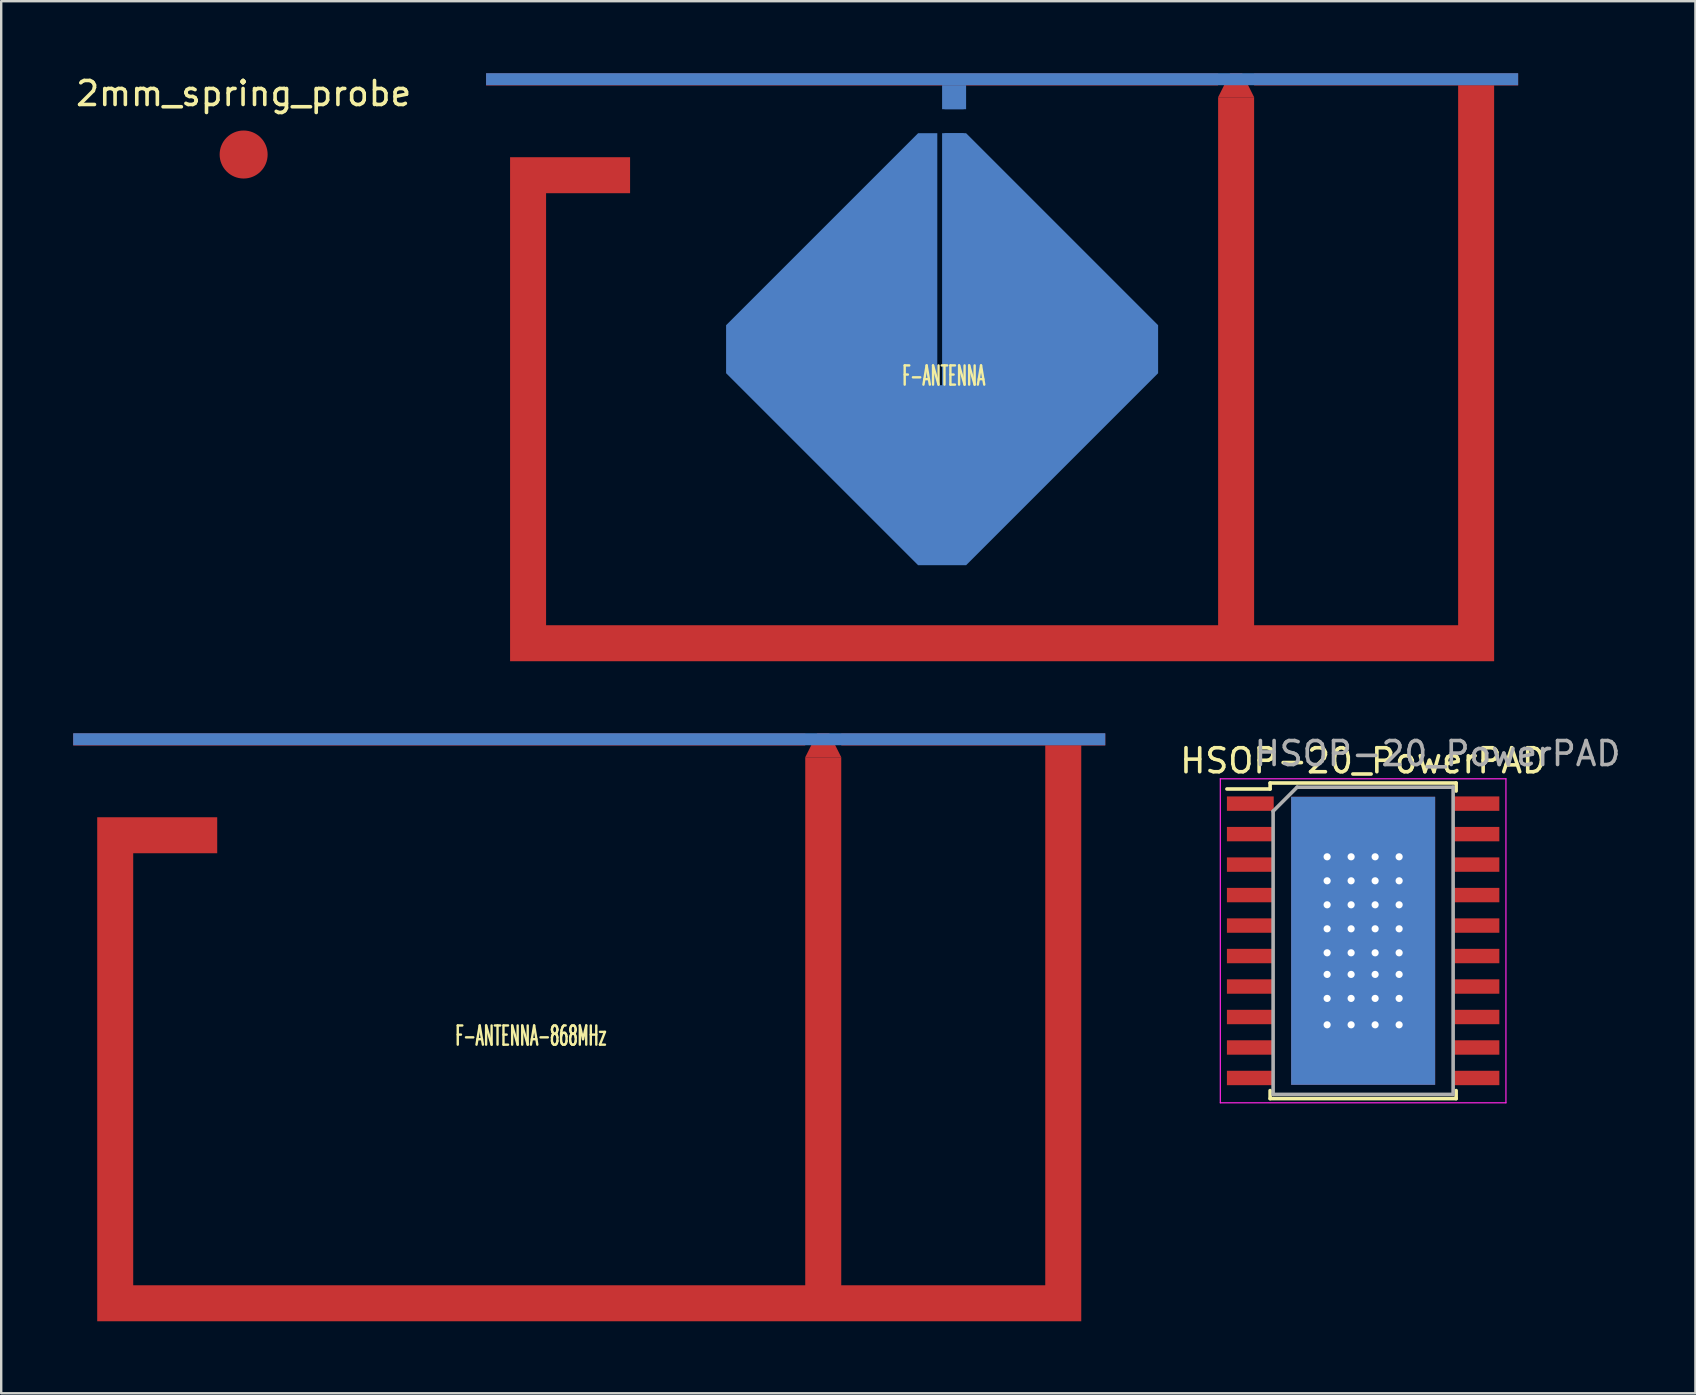
<source format=kicad_pcb>
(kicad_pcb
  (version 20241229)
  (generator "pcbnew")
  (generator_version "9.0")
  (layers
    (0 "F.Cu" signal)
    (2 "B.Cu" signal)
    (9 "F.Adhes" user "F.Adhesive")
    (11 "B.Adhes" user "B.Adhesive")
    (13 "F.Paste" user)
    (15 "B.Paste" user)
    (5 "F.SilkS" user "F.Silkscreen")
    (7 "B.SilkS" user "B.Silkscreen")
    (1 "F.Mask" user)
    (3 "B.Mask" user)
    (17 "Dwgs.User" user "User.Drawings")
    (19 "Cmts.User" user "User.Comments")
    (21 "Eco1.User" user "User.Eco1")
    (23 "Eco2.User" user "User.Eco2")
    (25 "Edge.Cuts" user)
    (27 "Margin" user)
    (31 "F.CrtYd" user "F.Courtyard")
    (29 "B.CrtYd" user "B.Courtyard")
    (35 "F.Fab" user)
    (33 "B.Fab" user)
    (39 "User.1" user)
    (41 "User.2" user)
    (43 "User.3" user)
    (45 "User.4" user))
  (footprint "F-ANTENNA-868MHz"
    (layer "F.Cu")
    (at 6 32.5)
    (property "Reference" "F-ANTENNA-868MHz" (at 13.07 7.61 0) (layer "F.SilkS") (effects (font (size 0.8 0.4) (thickness 0.1))))
    (attr through_hole)
    (fp_poly (pts (xy -5 -1.5) (xy 0 -1.5) (xy 0 0) (xy -3.5 0) (xy -3.5 9.75) (xy -3.5 18) (xy 6 18) (xy 24.5 18) (xy 24.5 -4) (xy 26 -4) (xy 26 18) (xy 34.5 18) (xy 34.5 -4.5) (xy 36 -4.5) (xy 36 19.5) (xy -3.5 19.5) (xy -5 19.5)) (stroke (width 0) (type solid)) (fill yes) (layer "F.Cu"))
    (pad "1" smd trapezoid (at 25.25 -4.5) (size 1 1) (rect_delta 0 0.5) (layers "F.Cu"))
    (pad "2" smd rect (at 9.25 -4.74) (size 30.5 0.5) (layers "F.Cu"))
    (pad "2" smd rect (at 15.5 -4.75) (size 43 0.5) (layers "B.Cu"))
    (pad "2" smd rect (at 31.5 -4.74) (size 11 0.5) (layers "F.Cu")))
  (footprint "F-ANTENNA"
    (layer "F.Cu")
    (at 23.202 5)
    (property "Reference" "F-ANTENNA" (at 13.07 7.61 0) (layer "F.SilkS") (effects (font (size 0.8 0.4) (thickness 0.1))))
    (attr through_hole)
    (fp_poly (pts (xy -5 -1.5) (xy 0 -1.5) (xy 0 0) (xy -3.5 0) (xy -3.5 9.75) (xy -3.5 18) (xy 6 18) (xy 24.5 18) (xy 24.5 -4) (xy 26 -4) (xy 26 18) (xy 34.5 18) (xy 34.5 -4.5) (xy 36 -4.5) (xy 36 19.5) (xy -3.5 19.5) (xy -5 19.5)) (stroke (width 0) (type solid)) (fill yes) (layer "F.Cu"))
    (fp_poly (pts (xy 14 -4.5) (xy 14 -3.5) (xy 13 -3.5) (xy 13 -4.5)) (stroke (width 0) (type solid)) (fill yes) (layer "B.Cu"))
    (fp_poly (pts (xy 12 -2.5) (xy 12.8 -2.5) (xy 12.8 8) (xy 13 8) (xy 13 -2.5) (xy 14 -2.5) (xy 22 5.5) (xy 22 7.5) (xy 14 15.5) (xy 12 15.5) (xy 4 7.5) (xy 4 5.5)) (stroke (width 0) (type solid)) (fill yes) (layer "B.Cu"))
    (pad "1" smd trapezoid (at 25.25 -4.5) (size 1 1) (rect_delta 0 0.5) (layers "F.Cu"))
    (pad "2" smd rect (at 9.25 -4.74) (size 30.5 0.5) (layers "F.Cu"))
    (pad "2" smd rect (at 15.5 -4.75) (size 43 0.5) (layers "B.Cu"))
    (pad "2" smd rect (at 31.5 -4.74) (size 11 0.5) (layers "F.Cu"))
    (pad "3" smd rect (at 13.5 -2.1) (size 0.8 0.8) (layers "B.Cu" "B.Mask" "B.Paste"))
    (pad "4" smd rect (at 13.5 -3.9) (size 0.8 0.8) (layers "B.Cu" "B.Mask" "B.Paste")))
  (footprint "HSOP-20_PowerPAD"
    (layer "F.Cu")
    (at 53.744 36.148)
    (property "Reference" "HSOP-20_PowerPAD" (at 0 -7.5 0) (layer "F.SilkS") (effects (font (size 1 1) (thickness 0.15))))
    (attr smd)
    (fp_line (start -3.875 -6.575) (end -3.875 -6.325) (stroke (width 0.15) (type solid)) (layer "F.SilkS"))
    (fp_line (start -3.875 -6.575) (end 3.875 -6.575) (stroke (width 0.15) (type solid)) (layer "F.SilkS"))
    (fp_line (start -3.875 -6.325) (end -5.675 -6.325) (stroke (width 0.15) (type solid)) (layer "F.SilkS"))
    (fp_line (start -3.875 6.575) (end -3.875 6.24) (stroke (width 0.15) (type solid)) (layer "F.SilkS"))
    (fp_line (start -3.875 6.575) (end 3.875 6.575) (stroke (width 0.15) (type solid)) (layer "F.SilkS"))
    (fp_line (start 3.875 -6.575) (end 3.875 -6.24) (stroke (width 0.15) (type solid)) (layer "F.SilkS"))
    (fp_line (start 3.875 6.575) (end 3.875 6.24) (stroke (width 0.15) (type solid)) (layer "F.SilkS"))
    (fp_line (start -5.95 -6.75) (end -5.95 6.75) (stroke (width 0.05) (type solid)) (layer "F.CrtYd"))
    (fp_line (start -5.95 -6.75) (end 5.95 -6.75) (stroke (width 0.05) (type solid)) (layer "F.CrtYd"))
    (fp_line (start -5.95 6.75) (end 5.95 6.75) (stroke (width 0.05) (type solid)) (layer "F.CrtYd"))
    (fp_line (start 5.95 -6.75) (end 5.95 6.75) (stroke (width 0.05) (type solid)) (layer "F.CrtYd"))
    (fp_line (start -3.75 -5.4) (end -2.75 -6.4) (stroke (width 0.15) (type solid)) (layer "F.Fab"))
    (fp_line (start -3.75 6.4) (end -3.75 -5.4) (stroke (width 0.15) (type solid)) (layer "F.Fab"))
    (fp_line (start -2.75 -6.4) (end 3.75 -6.4) (stroke (width 0.15) (type solid)) (layer "F.Fab"))
    (fp_line (start 3.75 -6.4) (end 3.75 6.4) (stroke (width 0.15) (type solid)) (layer "F.Fab"))
    (fp_line (start 3.75 6.4) (end -3.75 6.4) (stroke (width 0.15) (type solid)) (layer "F.Fab"))
    (fp_text user "${REFERENCE}" (at 3.1 -7.8 0) (layer "F.Fab") (effects (font (size 1 1) (thickness 0.15))))
    (pad "1" smd rect (at -4.7 -5.715) (size 1.95 0.6) (layers "F.Cu" "F.Mask" "F.Paste"))
    (pad "2" smd rect (at -4.7 -4.445) (size 1.95 0.6) (layers "F.Cu" "F.Mask" "F.Paste"))
    (pad "3" smd rect (at -4.7 -3.175) (size 1.95 0.6) (layers "F.Cu" "F.Mask" "F.Paste"))
    (pad "4" smd rect (at -4.7 -1.905) (size 1.95 0.6) (layers "F.Cu" "F.Mask" "F.Paste"))
    (pad "5" smd rect (at -4.7 -0.635) (size 1.95 0.6) (layers "F.Cu" "F.Mask" "F.Paste"))
    (pad "6" smd rect (at -4.7 0.635) (size 1.95 0.6) (layers "F.Cu" "F.Mask" "F.Paste"))
    (pad "7" smd rect (at -4.7 1.905) (size 1.95 0.6) (layers "F.Cu" "F.Mask" "F.Paste"))
    (pad "8" smd rect (at -4.7 3.175) (size 1.95 0.6) (layers "F.Cu" "F.Mask" "F.Paste"))
    (pad "9" smd rect (at -4.7 4.445) (size 1.95 0.6) (layers "F.Cu" "F.Mask" "F.Paste"))
    (pad "10" smd rect (at -4.7 5.715) (size 1.95 0.6) (layers "F.Cu" "F.Mask" "F.Paste"))
    (pad "11" smd rect (at 4.7 5.715) (size 1.95 0.6) (layers "F.Cu" "F.Mask" "F.Paste"))
    (pad "12" smd rect (at 4.7 4.445) (size 1.95 0.6) (layers "F.Cu" "F.Mask" "F.Paste"))
    (pad "13" smd rect (at 4.7 3.175) (size 1.95 0.6) (layers "F.Cu" "F.Mask" "F.Paste"))
    (pad "14" smd rect (at 4.7 1.905) (size 1.95 0.6) (layers "F.Cu" "F.Mask" "F.Paste"))
    (pad "15" smd rect (at 4.7 0.635) (size 1.95 0.6) (layers "F.Cu" "F.Mask" "F.Paste"))
    (pad "16" smd rect (at 4.7 -0.635) (size 1.95 0.6) (layers "F.Cu" "F.Mask" "F.Paste"))
    (pad "17" smd rect (at 4.7 -1.905) (size 1.95 0.6) (layers "F.Cu" "F.Mask" "F.Paste"))
    (pad "18" smd rect (at 4.7 -3.175) (size 1.95 0.6) (layers "F.Cu" "F.Mask" "F.Paste"))
    (pad "19" smd rect (at 4.7 -4.445) (size 1.95 0.6) (layers "F.Cu" "F.Mask" "F.Paste"))
    (pad "20" smd rect (at 4.7 -5.715) (size 1.95 0.6) (layers "F.Cu" "F.Mask" "F.Paste"))
    (pad "21" thru_hole circle (at -1.5 -3.5) (size 0.5 0.5) (drill 0.3) (layers "*.Cu" "*.Mask"))
    (pad "21" thru_hole circle (at -1.5 -2.5) (size 0.5 0.5) (drill 0.3) (layers "*.Cu" "*.Mask"))
    (pad "21" thru_hole circle (at -1.5 -1.5) (size 0.5 0.5) (drill 0.3) (layers "*.Cu" "*.Mask"))
    (pad "21" thru_hole circle (at -1.5 -0.5) (size 0.5 0.5) (drill 0.3) (layers "*.Cu" "*.Mask"))
    (pad "21" thru_hole circle (at -1.5 0.5) (size 0.5 0.5) (drill 0.3) (layers "*.Cu" "*.Mask"))
    (pad "21" thru_hole circle (at -1.5 1.4) (size 0.5 0.5) (drill 0.3) (layers "*.Cu" "*.Mask"))
    (pad "21" thru_hole circle (at -1.5 2.4) (size 0.5 0.5) (drill 0.3) (layers "*.Cu" "*.Mask"))
    (pad "21" thru_hole circle (at -1.5 3.5) (size 0.5 0.5) (drill 0.3) (layers "*.Cu" "*.Mask"))
    (pad "21" thru_hole circle (at -0.5 -3.5) (size 0.5 0.5) (drill 0.3) (layers "*.Cu" "*.Mask"))
    (pad "21" thru_hole circle (at -0.5 -2.5) (size 0.5 0.5) (drill 0.3) (layers "*.Cu" "*.Mask"))
    (pad "21" thru_hole circle (at -0.5 -1.5) (size 0.5 0.5) (drill 0.3) (layers "*.Cu" "*.Mask"))
    (pad "21" thru_hole circle (at -0.5 -0.5) (size 0.5 0.5) (drill 0.3) (layers "*.Cu" "*.Mask"))
    (pad "21" thru_hole circle (at -0.5 0.5) (size 0.5 0.5) (drill 0.3) (layers "*.Cu" "*.Mask"))
    (pad "21" thru_hole circle (at -0.5 1.4) (size 0.5 0.5) (drill 0.3) (layers "*.Cu" "*.Mask"))
    (pad "21" thru_hole circle (at -0.5 2.4) (size 0.5 0.5) (drill 0.3) (layers "*.Cu" "*.Mask"))
    (pad "21" thru_hole circle (at -0.5 3.5) (size 0.5 0.5) (drill 0.3) (layers "*.Cu" "*.Mask"))
    (pad "21" smd rect (at 0 0) (size 6 12) (layers "F.Cu" "F.Mask" "F.Paste"))
    (pad "21" smd rect (at 0 0) (size 6 12) (layers "F.Mask" "B.Cu" "F.Paste"))
    (pad "21" thru_hole circle (at 0.5 -3.5) (size 0.5 0.5) (drill 0.3) (layers "*.Cu" "*.Mask"))
    (pad "21" thru_hole circle (at 0.5 -2.5) (size 0.5 0.5) (drill 0.3) (layers "*.Cu" "*.Mask"))
    (pad "21" thru_hole circle (at 0.5 -1.5) (size 0.5 0.5) (drill 0.3) (layers "*.Cu" "*.Mask"))
    (pad "21" thru_hole circle (at 0.5 -0.5) (size 0.5 0.5) (drill 0.3) (layers "*.Cu" "*.Mask"))
    (pad "21" thru_hole circle (at 0.5 0.5) (size 0.5 0.5) (drill 0.3) (layers "*.Cu" "*.Mask"))
    (pad "21" thru_hole circle (at 0.5 1.4) (size 0.5 0.5) (drill 0.3) (layers "*.Cu" "*.Mask"))
    (pad "21" thru_hole circle (at 0.5 2.4) (size 0.5 0.5) (drill 0.3) (layers "*.Cu" "*.Mask"))
    (pad "21" thru_hole circle (at 0.5 3.5) (size 0.5 0.5) (drill 0.3) (layers "*.Cu" "*.Mask"))
    (pad "21" thru_hole circle (at 1.5 -3.5) (size 0.5 0.5) (drill 0.3) (layers "*.Cu" "*.Mask"))
    (pad "21" thru_hole circle (at 1.5 -2.5) (size 0.5 0.5) (drill 0.3) (layers "*.Cu" "*.Mask"))
    (pad "21" thru_hole circle (at 1.5 -1.5) (size 0.5 0.5) (drill 0.3) (layers "*.Cu" "*.Mask"))
    (pad "21" thru_hole circle (at 1.5 -0.5) (size 0.5 0.5) (drill 0.3) (layers "*.Cu" "*.Mask"))
    (pad "21" thru_hole circle (at 1.5 0.5) (size 0.5 0.5) (drill 0.3) (layers "*.Cu" "*.Mask"))
    (pad "21" thru_hole circle (at 1.5 1.4) (size 0.5 0.5) (drill 0.3) (layers "*.Cu" "*.Mask"))
    (pad "21" thru_hole circle (at 1.5 2.4) (size 0.5 0.5) (drill 0.3) (layers "*.Cu" "*.Mask"))
    (pad "21" thru_hole circle (at 1.5 3.5) (size 0.5 0.5) (drill 0.3) (layers "*.Cu" "*.Mask")))
  (footprint "2mm_spring_probe"
    (layer "F.Cu")
    (at 7.101 3.388)
    (property "Reference" "2mm_spring_probe" (at 0 -2.54 0) (layer "F.SilkS") (effects (font (size 1 1) (thickness 0.15))))
    (attr through_hole)
    (pad "1" smd circle (at 0 0) (size 2 2) (layers "F.Cu" "F.Mask" "F.Paste")))
  (gr_rect
    (start -3 -3)
    (end 67.588 55)
    (stroke (width 0.1) (type default))
    (fill no)
    (layer "Edge.Cuts")))
</source>
